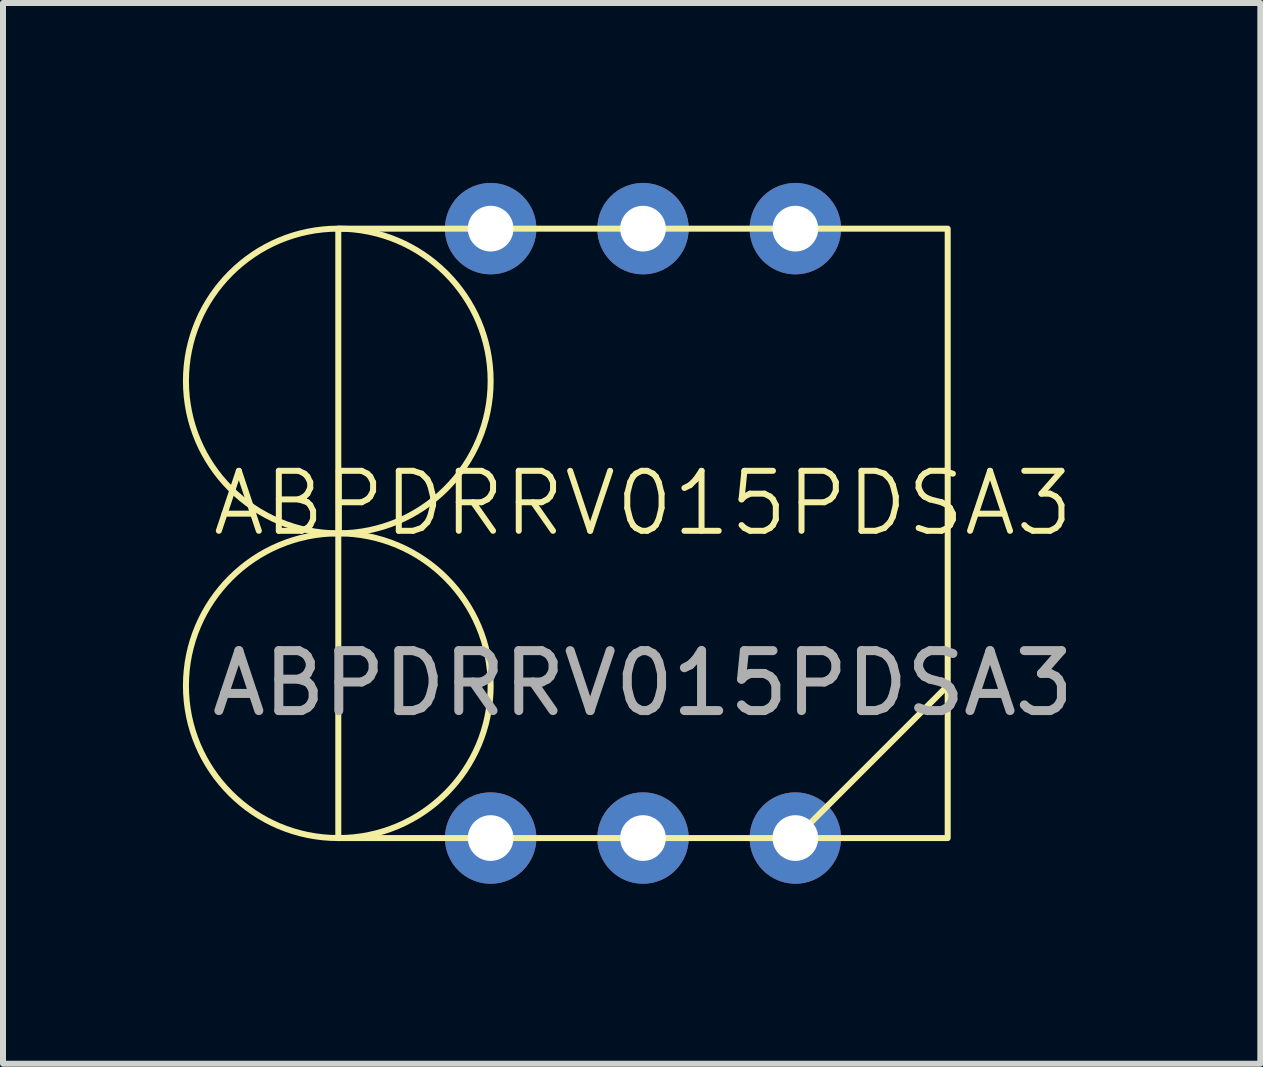
<source format=kicad_pcb>
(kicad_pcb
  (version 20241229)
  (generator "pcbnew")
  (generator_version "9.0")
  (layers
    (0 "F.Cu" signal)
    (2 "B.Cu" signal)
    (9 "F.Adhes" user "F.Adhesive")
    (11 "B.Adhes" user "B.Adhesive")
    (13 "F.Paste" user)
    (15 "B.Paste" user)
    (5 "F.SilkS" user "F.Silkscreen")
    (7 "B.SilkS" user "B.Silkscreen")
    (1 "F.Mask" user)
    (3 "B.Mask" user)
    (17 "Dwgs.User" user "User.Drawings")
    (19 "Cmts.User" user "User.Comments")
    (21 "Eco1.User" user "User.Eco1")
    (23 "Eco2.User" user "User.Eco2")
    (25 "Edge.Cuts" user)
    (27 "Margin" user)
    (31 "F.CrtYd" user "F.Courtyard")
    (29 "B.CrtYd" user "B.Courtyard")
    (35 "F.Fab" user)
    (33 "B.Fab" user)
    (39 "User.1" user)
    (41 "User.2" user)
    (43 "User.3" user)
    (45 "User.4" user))
  (footprint "ABPDRRV015PDSA3"
    (layer "F.Cu")
    (at 7.67 5.842)
    (property "Reference" "ABPDRRV015PDSA3" (at 0 -0.5 0) (unlocked yes) (layer "F.SilkS") (effects (font (size 1 1) (thickness 0.1))))
    (attr through_hole)
    (fp_line (start 5.08 2.54) (end 2.54 5.08) (stroke (width 0.1) (type default)) (layer "F.SilkS"))
    (fp_rect (start -5.08 -5.08) (end 5.08 5.08) (stroke (width 0.1) (type default)) (fill no) (layer "F.SilkS"))
    (fp_circle (center -5.08 -2.54) (end -2.54 -2.54) (stroke (width 0.1) (type default)) (fill no) (layer "F.SilkS"))
    (fp_circle (center -5.08 2.54) (end -7.62 2.54) (stroke (width 0.1) (type default)) (fill no) (layer "F.SilkS"))
    (fp_text user "${REFERENCE}" (at 0 2.5 0) (unlocked yes) (layer "F.Fab") (effects (font (size 1 1) (thickness 0.15))))
    (pad "1" thru_hole circle (at 2.54 5.08) (size 1.524 1.524) (drill 0.762) (layers "*.Cu" "*.Mask"))
    (pad "2" thru_hole circle (at 0 5.08) (size 1.524 1.524) (drill 0.762) (layers "*.Cu" "*.Mask"))
    (pad "3" thru_hole circle (at -2.54 5.08) (size 1.524 1.524) (drill 0.762) (layers "*.Cu" "*.Mask"))
    (pad "4" thru_hole circle (at -2.54 -5.08) (size 1.524 1.524) (drill 0.762) (layers "*.Cu" "*.Mask"))
    (pad "5" thru_hole circle (at 0 -5.08) (size 1.524 1.524) (drill 0.762) (layers "*.Cu" "*.Mask"))
    (pad "6" thru_hole circle (at 2.54 -5.08) (size 1.524 1.524) (drill 0.762) (layers "*.Cu" "*.Mask")))
  (gr_rect
    (start -3 -3)
    (end 17.962 14.684)
    (stroke (width 0.1) (type default))
    (fill no)
    (layer "Edge.Cuts")))
</source>
